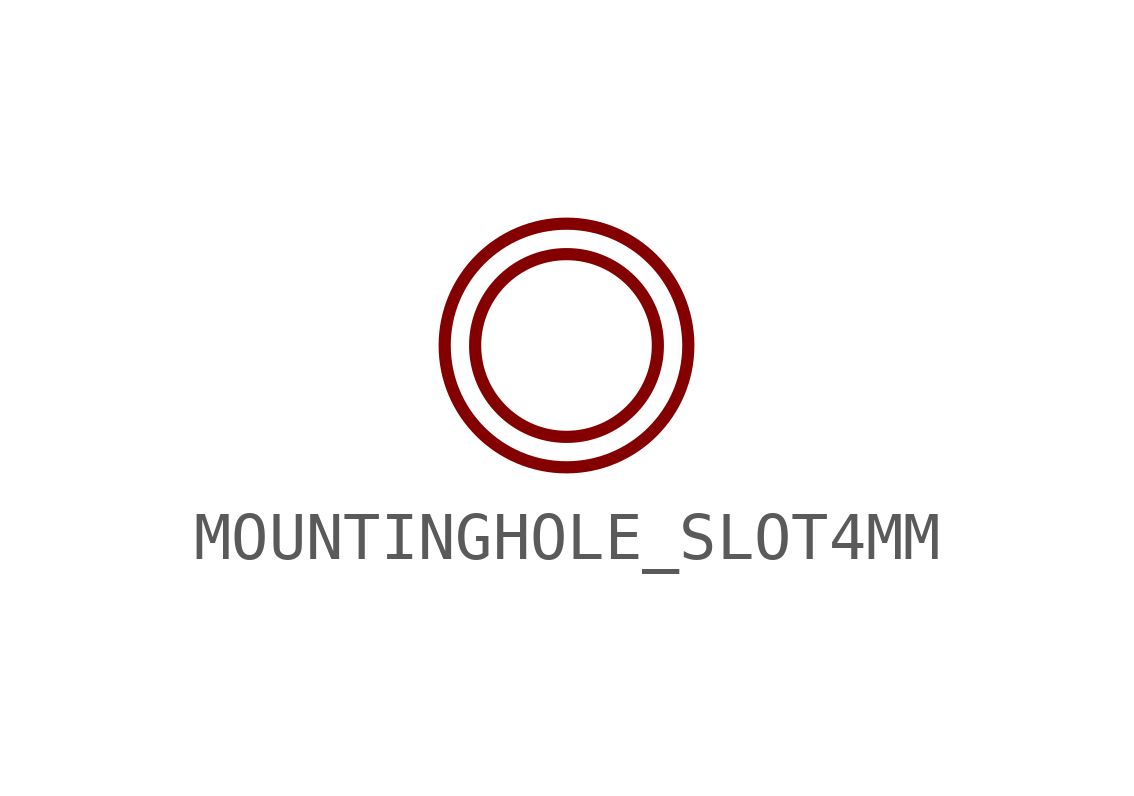
<source format=kicad_sym>
(kicad_symbol_lib
  (version 20211014)
  (generator kicad_symbol_editor)
  (symbol "MOUNTINGHOLE_SLOT4MM"
    (property "Reference" ""
      (at 0 0 0)
      (effects (font (size 1.27 1.27)) hide))
    (property "ki_locked" ""
      (at 0 0 0)
      (effects (font (size 1.27 1.27))))
    (symbol "MOUNTINGHOLE_SLOT4MM_1_0"
      (circle (center 0 0) (radius 1.905) (stroke (width 0.254) (type default) (color 0 0 0 0)) (fill (type none)))
      (circle (center 0 0) (radius 2.54) (stroke (width 0.254) (type default) (color 0 0 0 0)) (fill (type none))))))
</source>
